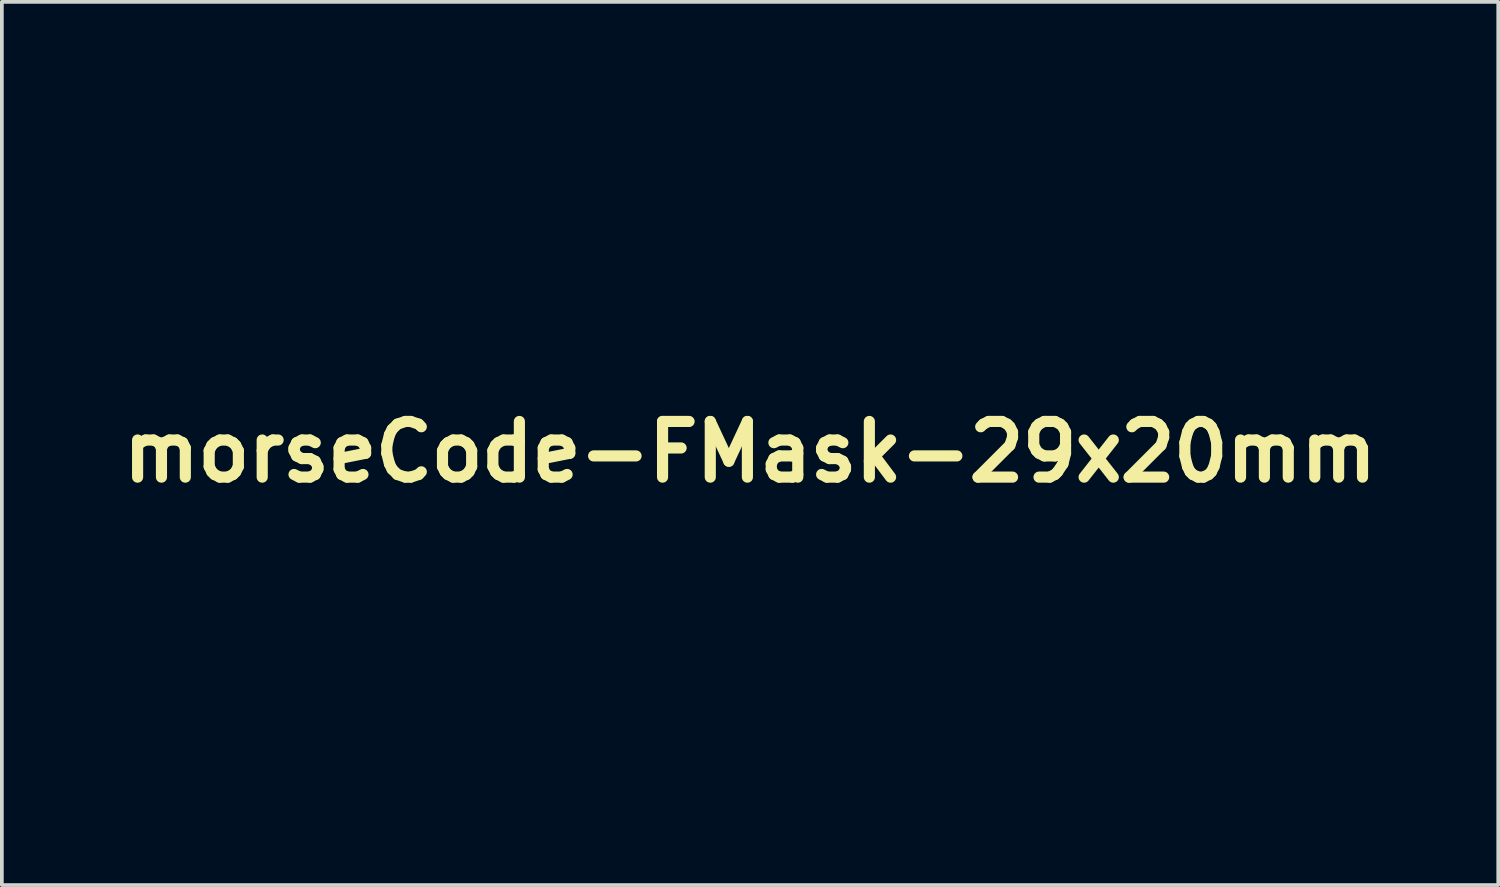
<source format=kicad_pcb>
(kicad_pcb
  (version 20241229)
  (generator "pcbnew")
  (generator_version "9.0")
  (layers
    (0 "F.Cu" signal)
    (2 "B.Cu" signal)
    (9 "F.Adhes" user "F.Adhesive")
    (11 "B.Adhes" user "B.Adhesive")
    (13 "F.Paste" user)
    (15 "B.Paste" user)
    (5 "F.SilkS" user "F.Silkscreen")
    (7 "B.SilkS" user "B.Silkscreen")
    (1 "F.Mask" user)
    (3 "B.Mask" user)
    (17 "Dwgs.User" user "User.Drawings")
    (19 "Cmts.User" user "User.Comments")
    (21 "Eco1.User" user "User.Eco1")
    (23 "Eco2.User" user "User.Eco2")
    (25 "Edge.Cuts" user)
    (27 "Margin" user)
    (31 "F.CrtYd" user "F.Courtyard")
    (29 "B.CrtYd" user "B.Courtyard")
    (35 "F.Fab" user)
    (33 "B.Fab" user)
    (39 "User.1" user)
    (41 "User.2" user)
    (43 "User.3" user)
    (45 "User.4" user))
  (footprint "morseCode-FMask-29x20mm"
    (layer "F.Cu")
    (at 17.157 9.126)
    (property "Reference" "morseCode-FMask-29x20mm" (at 0 0 0) (layer "F.SilkS") (effects (font (size 1.5 1.5) (thickness 0.3))))
    (attr board_only exclude_from_pos_files exclude_from_bom)
    (fp_poly (pts (xy -10.581 3.24) (xy -10.058 3.251) (xy -10.061 3.422) (xy -10.064 3.593) (xy -10.583 3.604) (xy -11.103 3.614) (xy -11.103 3.422) (xy -11.103 3.23)) (stroke (width 0) (type solid)) (fill yes) (layer "F.Mask"))
    (fp_poly (pts (xy -10.457 -6.35) (xy -10.457 -6.16) (xy -10.97 -6.16) (xy -11.483 -6.16) (xy -11.483 -6.35) (xy -11.483 -6.54) (xy -10.97 -6.54) (xy -10.457 -6.54)) (stroke (width 0) (type solid)) (fill yes) (layer "F.Mask"))
    (fp_poly (pts (xy -10.457 -2.453) (xy -10.457 -2.281) (xy -10.97 -2.281) (xy -11.483 -2.281) (xy -11.483 -2.453) (xy -11.483 -2.624) (xy -10.97 -2.624) (xy -10.457 -2.624)) (stroke (width 0) (type solid)) (fill yes) (layer "F.Mask"))
    (fp_poly (pts (xy -10.19 -4.392) (xy -10.19 -4.221) (xy -10.704 -4.221) (xy -11.217 -4.221) (xy -11.217 -4.392) (xy -11.217 -4.563) (xy -10.704 -4.563) (xy -10.19 -4.563)) (stroke (width 0) (type solid)) (fill yes) (layer "F.Mask"))
    (fp_poly (pts (xy -9.354 -8.308) (xy -9.354 -8.137) (xy -9.867 -8.137) (xy -10.381 -8.137) (xy -10.381 -8.308) (xy -10.381 -8.479) (xy -9.867 -8.479) (xy -9.354 -8.479)) (stroke (width 0) (type solid)) (fill yes) (layer "F.Mask"))
    (fp_poly (pts (xy -8.631 3.422) (xy -8.631 3.612) (xy -9.164 3.612) (xy -9.696 3.612) (xy -9.696 3.422) (xy -9.696 3.232) (xy -9.164 3.232) (xy -8.631 3.232)) (stroke (width 0) (type solid)) (fill yes) (layer "F.Mask"))
    (fp_poly (pts (xy -7.377 1.464) (xy -7.377 1.635) (xy -7.909 1.635) (xy -8.441 1.635) (xy -8.441 1.464) (xy -8.441 1.293) (xy -7.909 1.293) (xy -7.377 1.293)) (stroke (width 0) (type solid)) (fill yes) (layer "F.Mask"))
    (fp_poly (pts (xy -7.263 -4.392) (xy -7.263 -4.221) (xy -7.776 -4.221) (xy -8.289 -4.221) (xy -8.289 -4.392) (xy -8.289 -4.563) (xy -7.776 -4.563) (xy -7.263 -4.563)) (stroke (width 0) (type solid)) (fill yes) (layer "F.Mask"))
    (fp_poly (pts (xy -1.306 -2.387) (xy -0.787 -2.376) (xy -0.787 -2.205) (xy -0.787 -2.034) (xy -1.306 -2.024) (xy -1.825 -2.013) (xy -1.825 -2.205) (xy -1.825 -2.398)) (stroke (width 0) (type solid)) (fill yes) (layer "F.Mask"))
    (fp_poly (pts (xy -1.302 5.75) (xy -0.779 5.761) (xy -0.779 5.932) (xy -0.779 6.103) (xy -1.302 6.113) (xy -1.825 6.124) (xy -1.825 5.932) (xy -1.825 5.739)) (stroke (width 0) (type solid)) (fill yes) (layer "F.Mask"))
    (fp_poly (pts (xy -0.775 -6.283) (xy -0.779 -6.103) (xy -1.302 -6.092) (xy -1.825 -6.082) (xy -1.825 -6.273) (xy -1.825 -6.464) (xy -1.298 -6.464) (xy -0.771 -6.464)) (stroke (width 0) (type solid)) (fill yes) (layer "F.Mask"))
    (fp_poly (pts (xy -0.494 -0.171) (xy -0.494 0) (xy -1.027 0) (xy -1.559 0) (xy -1.559 -0.171) (xy -1.559 -0.342) (xy -1.027 -0.342) (xy -0.494 -0.342)) (stroke (width 0) (type solid)) (fill yes) (layer "F.Mask"))
    (fp_poly (pts (xy -0.38 1.882) (xy -0.38 2.053) (xy -0.913 2.053) (xy -1.445 2.053) (xy -1.445 1.882) (xy -1.445 1.711) (xy -0.913 1.711) (xy -0.38 1.711)) (stroke (width 0) (type solid)) (fill yes) (layer "F.Mask"))
    (fp_poly (pts (xy -0.038 -8.308) (xy -0.038 -8.137) (xy -0.551 -8.137) (xy -1.065 -8.137) (xy -1.065 -8.308) (xy -1.065 -8.479) (xy -0.551 -8.479) (xy -0.038 -8.479)) (stroke (width 0) (type solid)) (fill yes) (layer "F.Mask"))
    (fp_poly (pts (xy 0.304 3.916) (xy 0.304 4.107) (xy -0.209 4.107) (xy -0.722 4.107) (xy -0.722 3.916) (xy -0.722 3.726) (xy -0.209 3.726) (xy 0.304 3.726)) (stroke (width 0) (type solid)) (fill yes) (layer "F.Mask"))
    (fp_poly (pts (xy 0.57 -4.24) (xy 0.57 -4.069) (xy 0.057 -4.069) (xy -0.456 -4.069) (xy -0.456 -4.24) (xy -0.456 -4.411) (xy 0.057 -4.411) (xy 0.57 -4.411)) (stroke (width 0) (type solid)) (fill yes) (layer "F.Mask"))
    (fp_poly (pts (xy 0.639 -2.196) (xy 0.651 -2.015) (xy 0.114 -2.015) (xy -0.422 -2.015) (xy -0.411 -2.196) (xy -0.399 -2.376) (xy 0.114 -2.376) (xy 0.627 -2.376)) (stroke (width 0) (type solid)) (fill yes) (layer "F.Mask"))
    (fp_poly (pts (xy 0.639 5.941) (xy 0.651 6.122) (xy 0.114 6.122) (xy -0.422 6.122) (xy -0.411 5.941) (xy -0.399 5.761) (xy 0.114 5.761) (xy 0.627 5.761)) (stroke (width 0) (type solid)) (fill yes) (layer "F.Mask"))
    (fp_poly (pts (xy 0.722 7.984) (xy 0.722 8.175) (xy 0.188 8.175) (xy -0.346 8.175) (xy -0.335 7.995) (xy -0.323 7.814) (xy 0.2 7.803) (xy 0.722 7.793)) (stroke (width 0) (type solid)) (fill yes) (layer "F.Mask"))
    (fp_poly (pts (xy 1.027 1.882) (xy 1.027 2.053) (xy 0.513 2.053) (xy 0 2.053) (xy 0 1.882) (xy 0 1.711) (xy 0.513 1.711) (xy 1.027 1.711)) (stroke (width 0) (type solid)) (fill yes) (layer "F.Mask"))
    (fp_poly (pts (xy 1.407 -8.308) (xy 1.407 -8.137) (xy 0.875 -8.137) (xy 0.342 -8.137) (xy 0.342 -8.308) (xy 0.342 -8.479) (xy 0.875 -8.479) (xy 1.407 -8.479)) (stroke (width 0) (type solid)) (fill yes) (layer "F.Mask"))
    (fp_poly (pts (xy 2.472 1.882) (xy 2.472 2.053) (xy 1.958 2.053) (xy 1.445 2.053) (xy 1.445 1.882) (xy 1.445 1.711) (xy 1.958 1.711) (xy 2.472 1.711)) (stroke (width 0) (type solid)) (fill yes) (layer "F.Mask"))
    (fp_poly (pts (xy 2.814 -8.308) (xy 2.814 -8.137) (xy 2.3 -8.137) (xy 1.787 -8.137) (xy 1.787 -8.308) (xy 1.787 -8.479) (xy 2.3 -8.479) (xy 2.814 -8.479)) (stroke (width 0) (type solid)) (fill yes) (layer "F.Mask"))
    (fp_poly (pts (xy 7.902 3.907) (xy 7.89 4.088) (xy 7.386 4.098) (xy 6.882 4.109) (xy 6.882 3.918) (xy 6.882 3.726) (xy 7.398 3.726) (xy 7.913 3.726)) (stroke (width 0) (type solid)) (fill yes) (layer "F.Mask"))
    (fp_poly (pts (xy 8.289 5.932) (xy 8.289 6.122) (xy 7.776 6.122) (xy 7.263 6.122) (xy 7.263 5.932) (xy 7.263 5.742) (xy 7.776 5.742) (xy 8.289 5.742)) (stroke (width 0) (type solid)) (fill yes) (layer "F.Mask"))
    (fp_poly (pts (xy 8.479 1.882) (xy 8.479 2.053) (xy 7.947 2.053) (xy 7.415 2.053) (xy 7.415 1.882) (xy 7.415 1.711) (xy 7.947 1.711) (xy 8.479 1.711)) (stroke (width 0) (type solid)) (fill yes) (layer "F.Mask"))
    (fp_poly (pts (xy 9.727 5.941) (xy 9.738 6.122) (xy 9.202 6.122) (xy 8.665 6.122) (xy 8.677 5.941) (xy 8.688 5.761) (xy 9.202 5.761) (xy 9.715 5.761)) (stroke (width 0) (type solid)) (fill yes) (layer "F.Mask"))
    (fp_poly (pts (xy 10.533 -0.171) (xy 10.533 0) (xy 10 0) (xy 9.468 0) (xy 9.468 -0.171) (xy 9.468 -0.342) (xy 10 -0.342) (xy 10.533 -0.342)) (stroke (width 0) (type solid)) (fill yes) (layer "F.Mask"))
    (fp_poly (pts (xy 11.559 -4.24) (xy 11.559 -4.069) (xy 11.046 -4.069) (xy 10.533 -4.069) (xy 10.533 -4.24) (xy 10.533 -4.411) (xy 11.046 -4.411) (xy 11.559 -4.411)) (stroke (width 0) (type solid)) (fill yes) (layer "F.Mask"))
    (fp_poly (pts (xy 11.94 -0.171) (xy 11.94 0) (xy 11.407 0) (xy 10.875 0) (xy 10.875 -0.171) (xy 10.875 -0.342) (xy 11.407 -0.342) (xy 11.94 -0.342)) (stroke (width 0) (type solid)) (fill yes) (layer "F.Mask"))
    (fp_poly (pts (xy 12.272 -2.387) (xy 12.795 -2.376) (xy 12.795 -2.205) (xy 12.795 -2.034) (xy 12.272 -2.024) (xy 11.749 -2.013) (xy 11.749 -2.205) (xy 11.749 -2.398)) (stroke (width 0) (type solid)) (fill yes) (layer "F.Mask"))
    (fp_poly (pts (xy 12.89 1.882) (xy 12.89 2.053) (xy 12.377 2.053) (xy 11.863 2.053) (xy 11.863 1.882) (xy 11.863 1.711) (xy 12.377 1.711) (xy 12.89 1.711)) (stroke (width 0) (type solid)) (fill yes) (layer "F.Mask"))
    (fp_poly (pts (xy 1.742 3.907) (xy 1.73 4.088) (xy 1.234 4.098) (xy 1.046 4.1) (xy 0.887 4.098) (xy 0.771 4.093) (xy 0.714 4.084) (xy 0.711 4.082) (xy 0.695 4.031) (xy 0.685 3.934) (xy 0.684 3.891) (xy 0.684 3.726) (xy 1.219 3.726) (xy 1.753 3.726)) (stroke (width 0) (type solid)) (fill yes) (layer "F.Mask"))
    (fp_poly (pts (xy 2.16 -6.283) (xy 2.148 -6.103) (xy 1.652 -6.092) (xy 1.465 -6.09) (xy 1.306 -6.092) (xy 1.19 -6.098) (xy 1.132 -6.106) (xy 1.129 -6.108) (xy 1.113 -6.159) (xy 1.104 -6.257) (xy 1.103 -6.299) (xy 1.103 -6.464) (xy 1.637 -6.464) (xy 2.172 -6.464)) (stroke (width 0) (type solid)) (fill yes) (layer "F.Mask"))
    (fp_poly (pts (xy 8.32 -6.283) (xy 8.308 -6.103) (xy 7.812 -6.092) (xy 7.625 -6.09) (xy 7.466 -6.092) (xy 7.35 -6.098) (xy 7.292 -6.106) (xy 7.289 -6.108) (xy 7.273 -6.159) (xy 7.263 -6.257) (xy 7.263 -6.299) (xy 7.263 -6.464) (xy 7.797 -6.464) (xy 8.331 -6.464)) (stroke (width 0) (type solid)) (fill yes) (layer "F.Mask"))
    (fp_poly (pts (xy 10.799 3.916) (xy 10.799 4.107) (xy 10.311 4.107) (xy 10.125 4.105) (xy 9.968 4.1) (xy 9.855 4.092) (xy 9.8 4.083) (xy 9.798 4.081) (xy 9.782 4.031) (xy 9.773 3.934) (xy 9.772 3.891) (xy 9.772 3.726) (xy 10.285 3.726) (xy 10.799 3.726)) (stroke (width 0) (type solid)) (fill yes) (layer "F.Mask"))
    (fp_poly (pts (xy 11.702 3.735) (xy 12.225 3.745) (xy 12.225 3.916) (xy 12.225 4.088) (xy 11.728 4.098) (xy 11.541 4.1) (xy 11.382 4.098) (xy 11.266 4.093) (xy 11.208 4.084) (xy 11.205 4.082) (xy 11.189 4.031) (xy 11.18 3.933) (xy 11.179 3.89) (xy 11.179 3.724)) (stroke (width 0) (type solid)) (fill yes) (layer "F.Mask"))
    (fp_poly (pts (xy -11.131 -8.676) (xy -10.993 -8.591) (xy -10.899 -8.467) (xy -10.854 -8.318) (xy -10.863 -8.159) (xy -10.93 -8.005) (xy -11.032 -7.891) (xy -11.176 -7.816) (xy -11.345 -7.796) (xy -11.511 -7.832) (xy -11.566 -7.86) (xy -11.691 -7.978) (xy -11.755 -8.138) (xy -11.765 -8.27) (xy -11.729 -8.454) (xy -11.634 -8.592) (xy -11.487 -8.679) (xy -11.308 -8.707)) (stroke (width 0) (type solid)) (fill yes) (layer "F.Mask"))
    (fp_poly (pts (xy -8.99 -4.75) (xy -8.897 -4.682) (xy -8.787 -4.531) (xy -8.75 -4.363) (xy -8.762 -4.249) (xy -8.827 -4.086) (xy -8.941 -3.965) (xy -9.086 -3.893) (xy -9.246 -3.874) (xy -9.405 -3.914) (xy -9.507 -3.983) (xy -9.616 -4.129) (xy -9.665 -4.306) (xy -9.651 -4.474) (xy -9.578 -4.619) (xy -9.456 -4.724) (xy -9.305 -4.785) (xy -9.143 -4.795)) (stroke (width 0) (type solid)) (fill yes) (layer "F.Mask"))
    (fp_poly (pts (xy -13.051 7.272) (xy -13.055 7.529) (xy -13.061 7.72) (xy -13.068 7.854) (xy -13.079 7.941) (xy -13.093 7.99) (xy -13.111 8.011) (xy -13.12 8.014) (xy -13.188 8.01) (xy -13.206 7.999) (xy -13.214 7.954) (xy -13.221 7.846) (xy -13.227 7.686) (xy -13.231 7.487) (xy -13.232 7.261) (xy -13.232 7.256) (xy -13.232 6.54) (xy -13.136 6.54) (xy -13.041 6.54)) (stroke (width 0) (type solid)) (fill yes) (layer "F.Mask"))
    (fp_poly (pts (xy -11.627 6.963) (xy -11.474 7.064) (xy -11.471 7.067) (xy -11.374 7.212) (xy -11.339 7.375) (xy -11.363 7.54) (xy -11.442 7.686) (xy -11.573 7.795) (xy -11.616 7.816) (xy -11.754 7.861) (xy -11.872 7.86) (xy -12.003 7.815) (xy -12.145 7.716) (xy -12.231 7.567) (xy -12.256 7.396) (xy -12.225 7.208) (xy -12.133 7.065) (xy -11.986 6.97) (xy -11.802 6.931)) (stroke (width 0) (type solid)) (fill yes) (layer "F.Mask"))
    (fp_poly (pts (xy -10.756 1.076) (xy -10.61 1.145) (xy -10.499 1.264) (xy -10.436 1.425) (xy -10.43 1.593) (xy -10.481 1.77) (xy -10.588 1.895) (xy -10.743 1.964) (xy -10.867 1.977) (xy -11.001 1.964) (xy -11.11 1.931) (xy -11.133 1.918) (xy -11.249 1.796) (xy -11.313 1.644) (xy -11.325 1.479) (xy -11.286 1.321) (xy -11.196 1.189) (xy -11.104 1.122) (xy -10.925 1.066)) (stroke (width 0) (type solid)) (fill yes) (layer "F.Mask"))
    (fp_poly (pts (xy -10.213 6.935) (xy -10.097 6.979) (xy -9.96 7.084) (xy -9.876 7.233) (xy -9.855 7.412) (xy -9.858 7.45) (xy -9.91 7.624) (xy -10.018 7.75) (xy -10.142 7.819) (xy -10.278 7.863) (xy -10.396 7.858) (xy -10.525 7.807) (xy -10.66 7.701) (xy -10.739 7.545) (xy -10.761 7.368) (xy -10.732 7.189) (xy -10.644 7.057) (xy -10.51 6.973) (xy -10.353 6.927)) (stroke (width 0) (type solid)) (fill yes) (layer "F.Mask"))
    (fp_poly (pts (xy -1.136 7.578) (xy -0.99 7.648) (xy -0.879 7.767) (xy -0.816 7.927) (xy -0.81 8.095) (xy -0.861 8.272) (xy -0.966 8.396) (xy -1.122 8.466) (xy -1.255 8.479) (xy -1.39 8.469) (xy -1.489 8.43) (xy -1.562 8.374) (xy -1.661 8.24) (xy -1.705 8.08) (xy -1.696 7.915) (xy -1.634 7.765) (xy -1.524 7.648) (xy -1.484 7.624) (xy -1.305 7.568)) (stroke (width 0) (type solid)) (fill yes) (layer "F.Mask"))
    (fp_poly (pts (xy 0.678 -0.519) (xy 0.806 -0.416) (xy 0.884 -0.266) (xy 0.903 -0.077) (xy 0.902 -0.059) (xy 0.855 0.124) (xy 0.756 0.252) (xy 0.605 0.325) (xy 0.456 0.342) (xy 0.321 0.332) (xy 0.223 0.293) (xy 0.148 0.235) (xy 0.048 0.102) (xy 0.004 -0.054) (xy 0.014 -0.215) (xy 0.072 -0.364) (xy 0.176 -0.481) (xy 0.315 -0.549) (xy 0.511 -0.566)) (stroke (width 0) (type solid)) (fill yes) (layer "F.Mask"))
    (fp_poly (pts (xy 1.71 -4.611) (xy 1.855 -4.53) (xy 1.944 -4.398) (xy 1.977 -4.215) (xy 1.977 -4.202) (xy 1.952 -4.016) (xy 1.873 -3.878) (xy 1.779 -3.803) (xy 1.603 -3.736) (xy 1.42 -3.745) (xy 1.305 -3.788) (xy 1.177 -3.89) (xy 1.097 -4.035) (xy 1.071 -4.202) (xy 1.104 -4.371) (xy 1.121 -4.41) (xy 1.226 -4.548) (xy 1.37 -4.622) (xy 1.512 -4.639)) (stroke (width 0) (type solid)) (fill yes) (layer "F.Mask"))
    (fp_poly (pts (xy 9.024 3.544) (xy 9.152 3.625) (xy 9.247 3.743) (xy 9.302 3.884) (xy 9.31 4.035) (xy 9.263 4.184) (xy 9.156 4.317) (xy 9.125 4.342) (xy 8.972 4.414) (xy 8.799 4.432) (xy 8.649 4.397) (xy 8.508 4.295) (xy 8.423 4.143) (xy 8.397 3.964) (xy 8.426 3.781) (xy 8.515 3.644) (xy 8.667 3.55) (xy 8.694 3.54) (xy 8.869 3.511)) (stroke (width 0) (type solid)) (fill yes) (layer "F.Mask"))
    (fp_poly (pts (xy 9.813 -4.606) (xy 9.949 -4.514) (xy 10.038 -4.375) (xy 10.071 -4.203) (xy 10.061 -4.094) (xy 9.997 -3.942) (xy 9.882 -3.826) (xy 9.733 -3.755) (xy 9.568 -3.735) (xy 9.407 -3.775) (xy 9.366 -3.798) (xy 9.234 -3.912) (xy 9.166 -4.057) (xy 9.15 -4.185) (xy 9.176 -4.37) (xy 9.262 -4.509) (xy 9.403 -4.6) (xy 9.597 -4.638) (xy 9.64 -4.639)) (stroke (width 0) (type solid)) (fill yes) (layer "F.Mask"))
    (fp_poly (pts (xy -7.909 -6.749) (xy -7.749 -6.689) (xy -7.631 -6.579) (xy -7.558 -6.437) (xy -7.536 -6.279) (xy -7.568 -6.122) (xy -7.657 -5.981) (xy -7.719 -5.926) (xy -7.839 -5.865) (xy -7.976 -5.833) (xy -8.092 -5.839) (xy -8.099 -5.841) (xy -8.276 -5.929) (xy -8.386 -6.049) (xy -8.436 -6.209) (xy -8.441 -6.293) (xy -8.409 -6.478) (xy -8.318 -6.624) (xy -8.181 -6.72) (xy -8.009 -6.757)) (stroke (width 0) (type solid)) (fill yes) (layer "F.Mask"))
    (fp_poly (pts (xy -1.444 3.554) (xy -1.315 3.649) (xy -1.227 3.783) (xy -1.19 3.944) (xy -1.217 4.121) (xy -1.23 4.156) (xy -1.329 4.302) (xy -1.472 4.397) (xy -1.64 4.436) (xy -1.815 4.409) (xy -1.851 4.395) (xy -1.983 4.297) (xy -2.062 4.148) (xy -2.085 3.959) (xy -2.082 3.91) (xy -2.043 3.737) (xy -1.959 3.619) (xy -1.818 3.542) (xy -1.784 3.531) (xy -1.604 3.511)) (stroke (width 0) (type solid)) (fill yes) (layer "F.Mask"))
    (fp_poly (pts (xy 3.574 5.931) (xy 3.574 6.122) (xy 3.062 6.122) (xy 2.856 6.121) (xy 2.713 6.119) (xy 2.622 6.112) (xy 2.569 6.098) (xy 2.543 6.076) (xy 2.53 6.044) (xy 2.526 6.031) (xy 2.513 5.919) (xy 2.516 5.85) (xy 2.523 5.814) (xy 2.542 5.789) (xy 2.584 5.773) (xy 2.662 5.763) (xy 2.787 5.756) (xy 2.972 5.752) (xy 3.051 5.75) (xy 3.574 5.739)) (stroke (width 0) (type solid)) (fill yes) (layer "F.Mask"))
    (fp_poly (pts (xy 8.296 -4.608) (xy 8.431 -4.518) (xy 8.517 -4.372) (xy 8.546 -4.232) (xy 8.552 -4.111) (xy 8.534 -4.028) (xy 8.48 -3.948) (xy 8.435 -3.898) (xy 8.285 -3.782) (xy 8.116 -3.732) (xy 7.945 -3.751) (xy 7.845 -3.798) (xy 7.723 -3.898) (xy 7.66 -4.019) (xy 7.643 -4.178) (xy 7.671 -4.373) (xy 7.754 -4.514) (xy 7.891 -4.603) (xy 8.082 -4.638) (xy 8.114 -4.639)) (stroke (width 0) (type solid)) (fill yes) (layer "F.Mask"))
    (fp_poly (pts (xy 9.06 -8.692) (xy 9.161 -8.652) (xy 9.259 -8.568) (xy 9.341 -8.44) (xy 9.387 -8.303) (xy 9.392 -8.254) (xy 9.359 -8.085) (xy 9.27 -7.947) (xy 9.142 -7.849) (xy 8.99 -7.797) (xy 8.829 -7.799) (xy 8.675 -7.863) (xy 8.635 -7.892) (xy 8.52 -8.029) (xy 8.468 -8.179) (xy 8.473 -8.329) (xy 8.525 -8.469) (xy 8.619 -8.586) (xy 8.744 -8.671) (xy 8.894 -8.71)) (stroke (width 0) (type solid)) (fill yes) (layer "F.Mask"))
    (fp_poly (pts (xy 9.496 1.469) (xy 9.643 1.523) (xy 9.764 1.627) (xy 9.839 1.766) (xy 9.864 1.94) (xy 9.831 2.108) (xy 9.745 2.246) (xy 9.709 2.279) (xy 9.58 2.341) (xy 9.418 2.362) (xy 9.256 2.343) (xy 9.124 2.285) (xy 9.107 2.272) (xy 9.013 2.145) (xy 8.966 1.981) (xy 8.972 1.807) (xy 8.986 1.757) (xy 9.07 1.609) (xy 9.193 1.512) (xy 9.341 1.465)) (stroke (width 0) (type solid)) (fill yes) (layer "F.Mask"))
    (fp_poly (pts (xy 9.502 -2.556) (xy 9.643 -2.47) (xy 9.732 -2.329) (xy 9.761 -2.201) (xy 9.75 -2.014) (xy 9.68 -1.858) (xy 9.565 -1.744) (xy 9.416 -1.68) (xy 9.248 -1.675) (xy 9.079 -1.733) (xy 8.958 -1.839) (xy 8.883 -1.997) (xy 8.86 -2.169) (xy 8.872 -2.285) (xy 8.919 -2.378) (xy 8.989 -2.456) (xy 9.08 -2.536) (xy 9.165 -2.575) (xy 9.281 -2.585) (xy 9.311 -2.586)) (stroke (width 0) (type solid)) (fill yes) (layer "F.Mask"))
    (fp_poly (pts (xy 10.871 5.581) (xy 11.012 5.667) (xy 11.101 5.808) (xy 11.13 5.936) (xy 11.119 6.124) (xy 11.049 6.279) (xy 10.934 6.393) (xy 10.785 6.457) (xy 10.616 6.462) (xy 10.448 6.405) (xy 10.327 6.298) (xy 10.252 6.14) (xy 10.228 5.968) (xy 10.24 5.852) (xy 10.287 5.759) (xy 10.358 5.681) (xy 10.449 5.601) (xy 10.534 5.563) (xy 10.65 5.552) (xy 10.68 5.551)) (stroke (width 0) (type solid)) (fill yes) (layer "F.Mask"))
    (fp_poly (pts (xy 11.099 1.498) (xy 11.228 1.588) (xy 11.319 1.715) (xy 11.362 1.865) (xy 11.351 2.026) (xy 11.276 2.185) (xy 11.244 2.226) (xy 11.125 2.313) (xy 10.965 2.36) (xy 10.792 2.361) (xy 10.735 2.35) (xy 10.59 2.278) (xy 10.498 2.151) (xy 10.458 1.97) (xy 10.457 1.92) (xy 10.482 1.731) (xy 10.56 1.593) (xy 10.696 1.501) (xy 10.759 1.479) (xy 10.94 1.458)) (stroke (width 0) (type solid)) (fill yes) (layer "F.Mask"))
    (fp_poly (pts (xy -10.599 -0.862) (xy -10.493 -0.82) (xy -10.405 -0.735) (xy -10.369 -0.685) (xy -10.322 -0.568) (xy -10.306 -0.417) (xy -10.321 -0.269) (xy -10.364 -0.16) (xy -10.492 -0.04) (xy -10.654 0.023) (xy -10.834 0.024) (xy -10.977 -0.023) (xy -11.104 -0.124) (xy -11.182 -0.266) (xy -11.21 -0.428) (xy -11.184 -0.591) (xy -11.102 -0.734) (xy -11.067 -0.77) (xy -10.977 -0.836) (xy -10.881 -0.867) (xy -10.751 -0.873)) (stroke (width 0) (type solid)) (fill yes) (layer "F.Mask"))
    (fp_poly (pts (xy -9.419 -6.754) (xy -9.291 -6.706) (xy -9.156 -6.605) (xy -9.075 -6.469) (xy -9.047 -6.314) (xy -9.072 -6.157) (xy -9.149 -6.014) (xy -9.277 -5.902) (xy -9.34 -5.87) (xy -9.456 -5.829) (xy -9.546 -5.825) (xy -9.65 -5.859) (xy -9.677 -5.871) (xy -9.83 -5.971) (xy -9.922 -6.112) (xy -9.952 -6.238) (xy -9.944 -6.422) (xy -9.872 -6.578) (xy -9.745 -6.693) (xy -9.714 -6.709) (xy -9.561 -6.761)) (stroke (width 0) (type solid)) (fill yes) (layer "F.Mask"))
    (fp_poly (pts (xy 2.785 3.519) (xy 2.942 3.593) (xy 3.01 3.65) (xy 3.076 3.729) (xy 3.108 3.813) (xy 3.118 3.935) (xy 3.118 3.962) (xy 3.098 4.148) (xy 3.033 4.281) (xy 2.915 4.373) (xy 2.867 4.396) (xy 2.729 4.44) (xy 2.609 4.437) (xy 2.484 4.393) (xy 2.342 4.293) (xy 2.256 4.145) (xy 2.231 3.974) (xy 2.263 3.793) (xy 2.349 3.652) (xy 2.474 3.555) (xy 2.624 3.509)) (stroke (width 0) (type solid)) (fill yes) (layer "F.Mask"))
    (fp_poly (pts (xy 10.962 -2.572) (xy 11.09 -2.526) (xy 11.114 -2.509) (xy 11.213 -2.389) (xy 11.272 -2.229) (xy 11.281 -2.062) (xy 11.277 -2.038) (xy 11.214 -1.887) (xy 11.098 -1.772) (xy 10.949 -1.702) (xy 10.784 -1.683) (xy 10.623 -1.723) (xy 10.579 -1.747) (xy 10.458 -1.864) (xy 10.391 -2.016) (xy 10.377 -2.184) (xy 10.418 -2.349) (xy 10.515 -2.49) (xy 10.547 -2.518) (xy 10.659 -2.569) (xy 10.807 -2.587)) (stroke (width 0) (type solid)) (fill yes) (layer "F.Mask"))
    (fp_poly (pts (xy -9.297 -2.801) (xy -9.165 -2.7) (xy -9.079 -2.548) (xy -9.05 -2.363) (xy -9.061 -2.245) (xy -9.104 -2.153) (xy -9.179 -2.069) (xy -9.27 -1.988) (xy -9.355 -1.95) (xy -9.471 -1.939) (xy -9.502 -1.939) (xy -9.637 -1.948) (xy -9.734 -1.985) (xy -9.814 -2.046) (xy -9.895 -2.135) (xy -9.936 -2.236) (xy -9.95 -2.341) (xy -9.939 -2.536) (xy -9.868 -2.686) (xy -9.738 -2.788) (xy -9.66 -2.818) (xy -9.466 -2.843)) (stroke (width 0) (type solid)) (fill yes) (layer "F.Mask"))
    (fp_poly (pts (xy -7.803 -2.803) (xy -7.665 -2.711) (xy -7.57 -2.573) (xy -7.544 -2.487) (xy -7.539 -2.301) (xy -7.603 -2.141) (xy -7.68 -2.048) (xy -7.765 -1.978) (xy -7.856 -1.947) (xy -7.973 -1.942) (xy -8.1 -1.951) (xy -8.208 -1.973) (xy -8.238 -1.984) (xy -8.344 -2.075) (xy -8.413 -2.216) (xy -8.436 -2.388) (xy -8.432 -2.448) (xy -8.391 -2.619) (xy -8.304 -2.735) (xy -8.162 -2.812) (xy -8.149 -2.816) (xy -7.97 -2.841)) (stroke (width 0) (type solid)) (fill yes) (layer "F.Mask"))
    (fp_poly (pts (xy -6.418 -6.755) (xy -6.297 -6.711) (xy -6.158 -6.609) (xy -6.075 -6.471) (xy -6.045 -6.315) (xy -6.069 -6.157) (xy -6.146 -6.014) (xy -6.274 -5.901) (xy -6.336 -5.87) (xy -6.433 -5.835) (xy -6.514 -5.826) (xy -6.619 -5.84) (xy -6.643 -5.844) (xy -6.718 -5.882) (xy -6.809 -5.958) (xy -6.842 -5.993) (xy -6.933 -6.145) (xy -6.961 -6.311) (xy -6.931 -6.473) (xy -6.844 -6.613) (xy -6.717 -6.706) (xy -6.56 -6.76)) (stroke (width 0) (type solid)) (fill yes) (layer "F.Mask"))
    (fp_poly (pts (xy -6.176 -4.783) (xy -6.087 -4.749) (xy -5.995 -4.672) (xy -5.98 -4.657) (xy -5.904 -4.574) (xy -5.866 -4.506) (xy -5.857 -4.419) (xy -5.864 -4.312) (xy -5.902 -4.124) (xy -5.984 -3.994) (xy -6.115 -3.918) (xy -6.261 -3.892) (xy -6.441 -3.899) (xy -6.549 -3.936) (xy -6.672 -4.046) (xy -6.746 -4.196) (xy -6.764 -4.368) (xy -6.723 -4.539) (xy -6.711 -4.562) (xy -6.613 -4.695) (xy -6.479 -4.769) (xy -6.3 -4.791)) (stroke (width 0) (type solid)) (fill yes) (layer "F.Mask"))
    (fp_poly (pts (xy 7.619 -8.676) (xy 7.761 -8.585) (xy 7.852 -8.441) (xy 7.886 -8.251) (xy 7.886 -8.22) (xy 7.874 -8.103) (xy 7.834 -8.016) (xy 7.748 -7.925) (xy 7.744 -7.922) (xy 7.639 -7.839) (xy 7.54 -7.802) (xy 7.434 -7.795) (xy 7.308 -7.806) (xy 7.209 -7.851) (xy 7.128 -7.918) (xy 7.017 -8.064) (xy 6.971 -8.223) (xy 6.984 -8.38) (xy 7.051 -8.521) (xy 7.166 -8.631) (xy 7.323 -8.696) (xy 7.434 -8.707)) (stroke (width 0) (type solid)) (fill yes) (layer "F.Mask"))
    (fp_poly (pts (xy 7.957 -2.579) (xy 8.044 -2.552) (xy 8.122 -2.492) (xy 8.138 -2.476) (xy 8.242 -2.33) (xy 8.282 -2.175) (xy 8.267 -2.023) (xy 8.205 -1.886) (xy 8.105 -1.774) (xy 7.975 -1.7) (xy 7.824 -1.673) (xy 7.661 -1.706) (xy 7.579 -1.747) (xy 7.461 -1.841) (xy 7.398 -1.955) (xy 7.377 -2.113) (xy 7.377 -2.137) (xy 7.405 -2.328) (xy 7.489 -2.467) (xy 7.627 -2.553) (xy 7.818 -2.584) (xy 7.826 -2.584)) (stroke (width 0) (type solid)) (fill yes) (layer "F.Mask"))
    (fp_poly (pts (xy 12.299 5.559) (xy 12.387 5.59) (xy 12.474 5.661) (xy 12.495 5.681) (xy 12.58 5.782) (xy 12.618 5.878) (xy 12.624 5.963) (xy 12.604 6.151) (xy 12.54 6.288) (xy 12.425 6.388) (xy 12.251 6.453) (xy 12.069 6.451) (xy 11.917 6.392) (xy 11.798 6.279) (xy 11.73 6.129) (xy 11.716 5.962) (xy 11.757 5.8) (xy 11.855 5.663) (xy 11.862 5.656) (xy 11.955 5.588) (xy 12.056 5.558) (xy 12.172 5.551)) (stroke (width 0) (type solid)) (fill yes) (layer "F.Mask"))
    (fp_poly (pts (xy -10.752 5.011) (xy -10.604 5.098) (xy -10.507 5.238) (xy -10.491 5.284) (xy -10.466 5.477) (xy -10.508 5.646) (xy -10.608 5.778) (xy -10.76 5.864) (xy -10.945 5.894) (xy -11.064 5.883) (xy -11.155 5.84) (xy -11.24 5.764) (xy -11.319 5.675) (xy -11.357 5.592) (xy -11.369 5.479) (xy -11.369 5.437) (xy -11.362 5.31) (xy -11.333 5.222) (xy -11.267 5.138) (xy -11.24 5.11) (xy -11.142 5.026) (xy -11.049 4.989) (xy -10.945 4.981)) (stroke (width 0) (type solid)) (fill yes) (layer "F.Mask"))
    (fp_poly (pts (xy -9.279 5.012) (xy -9.127 5.098) (xy -9.022 5.225) (xy -8.974 5.383) (xy -8.988 5.557) (xy -9.03 5.665) (xy -9.13 5.799) (xy -9.267 5.873) (xy -9.438 5.894) (xy -9.573 5.882) (xy -9.674 5.838) (xy -9.739 5.786) (xy -9.813 5.708) (xy -9.854 5.623) (xy -9.874 5.5) (xy -9.878 5.464) (xy -9.885 5.338) (xy -9.872 5.256) (xy -9.831 5.188) (xy -9.762 5.115) (xy -9.662 5.029) (xy -9.57 4.989) (xy -9.47 4.981)) (stroke (width 0) (type solid)) (fill yes) (layer "F.Mask"))
    (fp_poly (pts (xy -7.522 3.044) (xy -7.383 3.116) (xy -7.286 3.234) (xy -7.234 3.38) (xy -7.226 3.538) (xy -7.265 3.69) (xy -7.35 3.818) (xy -7.473 3.9) (xy -7.66 3.949) (xy -7.828 3.927) (xy -7.852 3.918) (xy -7.93 3.869) (xy -8.016 3.792) (xy -8.023 3.784) (xy -8.083 3.703) (xy -8.112 3.606) (xy -8.118 3.479) (xy -8.111 3.346) (xy -8.082 3.255) (xy -8.021 3.173) (xy -8.01 3.163) (xy -7.863 3.056) (xy -7.69 3.02)) (stroke (width 0) (type solid)) (fill yes) (layer "F.Mask"))
    (fp_poly (pts (xy -1.276 -4.632) (xy -1.187 -4.6) (xy -1.1 -4.53) (xy -1.08 -4.51) (xy -0.998 -4.416) (xy -0.96 -4.327) (xy -0.951 -4.204) (xy -0.951 -4.195) (xy -0.974 -4.013) (xy -1.049 -3.879) (xy -1.179 -3.783) (xy -1.357 -3.731) (xy -1.542 -3.754) (xy -1.621 -3.787) (xy -1.752 -3.89) (xy -1.832 -4.032) (xy -1.86 -4.194) (xy -1.832 -4.357) (xy -1.746 -4.502) (xy -1.713 -4.534) (xy -1.62 -4.602) (xy -1.518 -4.633) (xy -1.402 -4.639)) (stroke (width 0) (type solid)) (fill yes) (layer "F.Mask"))
    (fp_poly (pts (xy 0.373 -6.633) (xy 0.498 -6.555) (xy 0.513 -6.54) (xy 0.567 -6.438) (xy 0.597 -6.294) (xy 0.6 -6.141) (xy 0.571 -6.01) (xy 0.571 -6.01) (xy 0.479 -5.88) (xy 0.342 -5.794) (xy 0.178 -5.759) (xy 0.01 -5.782) (xy -0.028 -5.797) (xy -0.132 -5.867) (xy -0.223 -5.967) (xy -0.229 -5.977) (xy -0.289 -6.135) (xy -0.287 -6.301) (xy -0.231 -6.457) (xy -0.128 -6.584) (xy 0.014 -6.664) (xy 0.061 -6.676) (xy 0.216 -6.677)) (stroke (width 0) (type solid)) (fill yes) (layer "F.Mask"))
    (fp_poly (pts (xy 3.155 -4.632) (xy 3.243 -4.604) (xy 3.323 -4.542) (xy 3.343 -4.522) (xy 3.414 -4.44) (xy 3.449 -4.359) (xy 3.46 -4.245) (xy 3.46 -4.199) (xy 3.433 -4.004) (xy 3.351 -3.861) (xy 3.218 -3.773) (xy 3.079 -3.743) (xy 2.962 -3.739) (xy 2.871 -3.746) (xy 2.852 -3.751) (xy 2.709 -3.847) (xy 2.612 -3.99) (xy 2.568 -4.162) (xy 2.584 -4.33) (xy 2.655 -4.488) (xy 2.771 -4.588) (xy 2.937 -4.635) (xy 3.025 -4.639)) (stroke (width 0) (type solid)) (fill yes) (layer "F.Mask"))
    (fp_poly (pts (xy -9.291 1.075) (xy -9.13 1.139) (xy -9.041 1.214) (xy -8.973 1.307) (xy -8.942 1.408) (xy -8.936 1.525) (xy -8.943 1.652) (xy -8.974 1.741) (xy -9.045 1.827) (xy -9.065 1.848) (xy -9.159 1.93) (xy -9.248 1.968) (xy -9.37 1.977) (xy -9.38 1.977) (xy -9.517 1.964) (xy -9.628 1.931) (xy -9.65 1.918) (xy -9.769 1.793) (xy -9.832 1.637) (xy -9.84 1.47) (xy -9.792 1.311) (xy -9.689 1.178) (xy -9.633 1.137) (xy -9.466 1.074)) (stroke (width 0) (type solid)) (fill yes) (layer "F.Mask"))
    (fp_poly (pts (xy -7.754 5.012) (xy -7.6 5.099) (xy -7.497 5.233) (xy -7.454 5.407) (xy -7.453 5.437) (xy -7.486 5.617) (xy -7.58 5.758) (xy -7.727 5.853) (xy -7.916 5.893) (xy -7.949 5.894) (xy -8.065 5.882) (xy -8.158 5.835) (xy -8.236 5.764) (xy -8.315 5.675) (xy -8.353 5.592) (xy -8.365 5.479) (xy -8.365 5.437) (xy -8.359 5.31) (xy -8.329 5.222) (xy -8.263 5.138) (xy -8.236 5.11) (xy -8.136 5.025) (xy -8.041 4.988) (xy -7.949 4.981)) (stroke (width 0) (type solid)) (fill yes) (layer "F.Mask"))
    (fp_poly (pts (xy -6.363 1.074) (xy -6.211 1.132) (xy -6.112 1.215) (xy -6.045 1.308) (xy -6.014 1.41) (xy -6.008 1.525) (xy -6.015 1.652) (xy -6.046 1.741) (xy -6.117 1.827) (xy -6.137 1.848) (xy -6.233 1.931) (xy -6.323 1.968) (xy -6.432 1.975) (xy -6.557 1.965) (xy -6.662 1.945) (xy -6.682 1.938) (xy -6.778 1.866) (xy -6.86 1.746) (xy -6.911 1.606) (xy -6.92 1.527) (xy -6.888 1.357) (xy -6.8 1.22) (xy -6.673 1.124) (xy -6.522 1.073)) (stroke (width 0) (type solid)) (fill yes) (layer "F.Mask"))
    (fp_poly (pts (xy -6.238 5.021) (xy -6.104 5.088) (xy -6.021 5.206) (xy -5.982 5.382) (xy -5.981 5.387) (xy -5.993 5.584) (xy -6.065 5.735) (xy -6.194 5.838) (xy -6.377 5.889) (xy -6.47 5.894) (xy -6.585 5.881) (xy -6.679 5.831) (xy -6.753 5.764) (xy -6.833 5.674) (xy -6.871 5.588) (xy -6.882 5.472) (xy -6.882 5.442) (xy -6.873 5.308) (xy -6.837 5.211) (xy -6.771 5.124) (xy -6.702 5.054) (xy -6.636 5.017) (xy -6.544 5.002) (xy -6.43 5)) (stroke (width 0) (type solid)) (fill yes) (layer "F.Mask"))
    (fp_poly (pts (xy 1.793 7.585) (xy 1.954 7.654) (xy 2.07 7.765) (xy 2.108 7.86) (xy 2.128 7.994) (xy 2.129 8.035) (xy 2.121 8.161) (xy 2.085 8.251) (xy 2.007 8.344) (xy 2 8.35) (xy 1.909 8.43) (xy 1.824 8.468) (xy 1.708 8.479) (xy 1.677 8.479) (xy 1.542 8.47) (xy 1.445 8.434) (xy 1.366 8.374) (xy 1.266 8.24) (xy 1.223 8.08) (xy 1.232 7.915) (xy 1.293 7.765) (xy 1.404 7.648) (xy 1.444 7.624) (xy 1.616 7.574)) (stroke (width 0) (type solid)) (fill yes) (layer "F.Mask"))
    (fp_poly (pts (xy 8.679 -0.549) (xy 8.827 -0.491) (xy 8.889 -0.444) (xy 8.955 -0.356) (xy 8.991 -0.239) (xy 9.003 -0.136) (xy 9.01 -0.011) (xy 8.997 0.07) (xy 8.953 0.139) (xy 8.887 0.208) (xy 8.794 0.291) (xy 8.709 0.33) (xy 8.595 0.342) (xy 8.56 0.342) (xy 8.425 0.333) (xy 8.327 0.297) (xy 8.247 0.235) (xy 8.151 0.106) (xy 8.108 -0.05) (xy 8.114 -0.214) (xy 8.168 -0.365) (xy 8.265 -0.484) (xy 8.356 -0.537) (xy 8.511 -0.565)) (stroke (width 0) (type solid)) (fill yes) (layer "F.Mask"))
    (fp_poly (pts (xy 10.596 -8.68) (xy 10.733 -8.597) (xy 10.823 -8.455) (xy 10.842 -8.401) (xy 10.866 -8.21) (xy 10.825 -8.042) (xy 10.727 -7.91) (xy 10.579 -7.823) (xy 10.404 -7.795) (xy 10.268 -7.808) (xy 10.163 -7.859) (xy 10.109 -7.903) (xy 10.035 -7.98) (xy 9.995 -8.065) (xy 9.974 -8.188) (xy 9.971 -8.225) (xy 9.964 -8.351) (xy 9.976 -8.432) (xy 10.018 -8.5) (xy 10.087 -8.574) (xy 10.181 -8.657) (xy 10.268 -8.697) (xy 10.385 -8.707) (xy 10.41 -8.707)) (stroke (width 0) (type solid)) (fill yes) (layer "F.Mask"))
    (fp_poly (pts (xy 1.735 5.56) (xy 1.825 5.595) (xy 1.918 5.674) (xy 1.924 5.681) (xy 2.009 5.781) (xy 2.047 5.875) (xy 2.053 5.968) (xy 2.039 6.1) (xy 2.003 6.221) (xy 1.996 6.237) (xy 1.893 6.36) (xy 1.747 6.437) (xy 1.579 6.462) (xy 1.412 6.429) (xy 1.364 6.407) (xy 1.267 6.319) (xy 1.188 6.187) (xy 1.145 6.042) (xy 1.141 5.991) (xy 1.172 5.842) (xy 1.251 5.698) (xy 1.339 5.611) (xy 1.434 5.573) (xy 1.568 5.553) (xy 1.609 5.551)) (stroke (width 0) (type solid)) (fill yes) (layer "F.Mask"))
    (fp_poly (pts (xy -1.856 -8.7) (xy -1.766 -8.667) (xy -1.681 -8.596) (xy -1.677 -8.592) (xy -1.569 -8.434) (xy -1.531 -8.253) (xy -1.558 -8.083) (xy -1.644 -7.932) (xy -1.781 -7.835) (xy -1.965 -7.796) (xy -1.996 -7.795) (xy -2.12 -7.804) (xy -2.211 -7.843) (xy -2.304 -7.924) (xy -2.383 -8.013) (xy -2.422 -8.097) (xy -2.433 -8.21) (xy -2.434 -8.251) (xy -2.427 -8.379) (xy -2.397 -8.467) (xy -2.331 -8.551) (xy -2.304 -8.578) (xy -2.213 -8.659) (xy -2.126 -8.697) (xy -2.008 -8.707) (xy -1.984 -8.707)) (stroke (width 0) (type solid)) (fill yes) (layer "F.Mask"))
    (fp_poly (pts (xy -3.414 -4.363) (xy -3.403 -3.707) (xy -3.032 -3.696) (xy -2.854 -3.689) (xy -2.74 -3.677) (xy -2.68 -3.659) (xy -2.662 -3.633) (xy -2.662 -3.632) (xy -2.677 -3.608) (xy -2.73 -3.591) (xy -2.832 -3.579) (xy -2.992 -3.571) (xy -3.121 -3.567) (xy -3.3 -3.564) (xy -3.449 -3.563) (xy -3.553 -3.566) (xy -3.596 -3.571) (xy -3.597 -3.571) (xy -3.601 -3.612) (xy -3.606 -3.717) (xy -3.609 -3.875) (xy -3.611 -4.071) (xy -3.612 -4.296) (xy -3.612 -4.303) (xy -3.612 -5.019) (xy -3.518 -5.019) (xy -3.424 -5.019)) (stroke (width 0) (type solid)) (fill yes) (layer "F.Mask"))
    (fp_poly (pts (xy 6.178 -7.033) (xy 6.34 -7.03) (xy 6.447 -7.023) (xy 6.508 -7.011) (xy 6.536 -6.993) (xy 6.54 -6.977) (xy 6.524 -6.945) (xy 6.465 -6.928) (xy 6.349 -6.921) (xy 6.293 -6.92) (xy 6.046 -6.92) (xy 6.046 -6.255) (xy 6.046 -5.59) (xy 5.952 -5.59) (xy 5.857 -5.59) (xy 5.847 -6.245) (xy 5.837 -6.901) (xy 5.599 -6.913) (xy 5.46 -6.924) (xy 5.385 -6.945) (xy 5.361 -6.978) (xy 5.361 -6.979) (xy 5.373 -7.001) (xy 5.414 -7.016) (xy 5.494 -7.026) (xy 5.625 -7.032) (xy 5.816 -7.034) (xy 5.951 -7.034)) (stroke (width 0) (type solid)) (fill yes) (layer "F.Mask"))
    (fp_poly (pts (xy -12.547 0.685) (xy -12.404 0.689) (xy -12.315 0.696) (xy -12.267 0.709) (xy -12.25 0.729) (xy -12.251 0.751) (xy -12.265 0.781) (xy -12.304 0.801) (xy -12.38 0.812) (xy -12.508 0.817) (xy -12.653 0.818) (xy -13.042 0.818) (xy -13.042 1.055) (xy -13.042 1.293) (xy -12.704 1.293) (xy -12.542 1.294) (xy -12.44 1.301) (xy -12.383 1.317) (xy -12.356 1.344) (xy -12.347 1.369) (xy -12.342 1.404) (xy -12.359 1.427) (xy -12.412 1.439) (xy -12.514 1.444) (xy -12.678 1.445) (xy -12.685 1.445) (xy -13.042 1.445) (xy -13.042 1.787) (xy -13.042 2.129) (xy -13.156 2.129) (xy -13.27 2.129) (xy -13.27 1.407) (xy -13.27 0.684) (xy -12.754 0.684)) (stroke (width 0) (type solid)) (fill yes) (layer "F.Mask"))
    (fp_poly (pts (xy -13.1 4.588) (xy -13.086 4.644) (xy -13.077 4.75) (xy -13.072 4.874) (xy -13.061 5.19) (xy -12.692 5.201) (xy -12.323 5.212) (xy -12.312 4.897) (xy -12.305 4.743) (xy -12.296 4.65) (xy -12.278 4.602) (xy -12.247 4.585) (xy -12.206 4.582) (xy -12.111 4.582) (xy -12.1 5.314) (xy -12.09 6.046) (xy -12.205 6.046) (xy -12.32 6.046) (xy -12.32 5.683) (xy -12.32 5.321) (xy -12.69 5.331) (xy -13.061 5.342) (xy -13.072 5.694) (xy -13.078 5.859) (xy -13.086 5.962) (xy -13.101 6.018) (xy -13.127 6.041) (xy -13.168 6.046) (xy -13.178 6.046) (xy -13.272 6.046) (xy -13.262 5.314) (xy -13.258 5.061) (xy -13.254 4.874) (xy -13.248 4.743) (xy -13.239 4.658) (xy -13.226 4.607) (xy -13.208 4.582) (xy -13.183 4.572) (xy -13.167 4.57) (xy -13.126 4.569)) (stroke (width 0) (type solid)) (fill yes) (layer "F.Mask"))
    (fp_poly (pts (xy -2.956 -9.103) (xy -2.935 -9.083) (xy -2.92 -9.037) (xy -2.911 -8.953) (xy -2.905 -8.82) (xy -2.9 -8.626) (xy -2.898 -8.532) (xy -2.897 -8.323) (xy -2.901 -8.134) (xy -2.908 -7.981) (xy -2.919 -7.882) (xy -2.925 -7.859) (xy -3.009 -7.737) (xy -3.142 -7.656) (xy -3.304 -7.624) (xy -3.476 -7.646) (xy -3.497 -7.653) (xy -3.629 -7.736) (xy -3.704 -7.864) (xy -3.717 -8.004) (xy -3.693 -8.093) (xy -3.632 -8.129) (xy -3.622 -8.13) (xy -3.564 -8.128) (xy -3.54 -8.086) (xy -3.536 -8.013) (xy -3.506 -7.878) (xy -3.423 -7.789) (xy -3.3 -7.757) (xy -3.232 -7.764) (xy -3.18 -7.79) (xy -3.143 -7.846) (xy -3.117 -7.942) (xy -3.099 -8.086) (xy -3.087 -8.289) (xy -3.08 -8.495) (xy -3.072 -8.723) (xy -3.065 -8.886) (xy -3.056 -8.995) (xy -3.044 -9.061) (xy -3.026 -9.094) (xy -3.002 -9.106) (xy -2.985 -9.107)) (stroke (width 0) (type solid)) (fill yes) (layer "F.Mask"))
    (fp_poly (pts (xy 5.704 -4.473) (xy 5.705 -4.254) (xy 5.709 -4.098) (xy 5.717 -3.99) (xy 5.732 -3.917) (xy 5.756 -3.865) (xy 5.78 -3.829) (xy 5.87 -3.752) (xy 5.966 -3.708) (xy 6.092 -3.708) (xy 6.226 -3.749) (xy 6.338 -3.817) (xy 6.385 -3.873) (xy 6.401 -3.941) (xy 6.414 -4.072) (xy 6.423 -4.25) (xy 6.426 -4.464) (xy 6.426 -4.484) (xy 6.426 -5.019) (xy 6.521 -5.019) (xy 6.616 -5.019) (xy 6.616 -4.477) (xy 6.614 -4.247) (xy 6.608 -4.079) (xy 6.596 -3.958) (xy 6.577 -3.87) (xy 6.55 -3.802) (xy 6.444 -3.671) (xy 6.293 -3.581) (xy 6.116 -3.538) (xy 5.932 -3.545) (xy 5.763 -3.608) (xy 5.738 -3.623) (xy 5.651 -3.69) (xy 5.587 -3.765) (xy 5.542 -3.86) (xy 5.513 -3.989) (xy 5.494 -4.165) (xy 5.484 -4.401) (xy 5.482 -4.477) (xy 5.468 -5.019) (xy 5.586 -5.019) (xy 5.704 -5.019)) (stroke (width 0) (type solid)) (fill yes) (layer "F.Mask"))
    (fp_poly (pts (xy -2.942 3.127) (xy -2.758 3.156) (xy -2.632 3.212) (xy -2.554 3.299) (xy -2.516 3.423) (xy -2.51 3.533) (xy -2.529 3.668) (xy -2.597 3.784) (xy -2.621 3.811) (xy -2.679 3.872) (xy -2.734 3.909) (xy -2.808 3.931) (xy -2.92 3.942) (xy -3.058 3.949) (xy -3.384 3.962) (xy -3.384 4.263) (xy -3.385 4.412) (xy -3.392 4.502) (xy -3.408 4.546) (xy -3.44 4.561) (xy -3.479 4.563) (xy -3.574 4.563) (xy -3.574 3.84) (xy -3.574 3.27) (xy -3.384 3.27) (xy -3.384 3.536) (xy -3.384 3.802) (xy -3.118 3.802) (xy -2.965 3.798) (xy -2.866 3.781) (xy -2.8 3.748) (xy -2.776 3.726) (xy -2.715 3.619) (xy -2.703 3.488) (xy -2.741 3.369) (xy -2.763 3.34) (xy -2.814 3.301) (xy -2.894 3.28) (xy -3.022 3.271) (xy -3.105 3.27) (xy -3.384 3.27) (xy -3.574 3.27) (xy -3.574 3.118) (xy -3.192 3.118)) (stroke (width 0) (type solid)) (fill yes) (layer "F.Mask"))
    (fp_poly (pts (xy 5.527 3.124) (xy 5.576 3.149) (xy 5.628 3.206) (xy 5.696 3.307) (xy 5.787 3.459) (xy 5.872 3.6) (xy 5.944 3.713) (xy 5.992 3.784) (xy 6.008 3.801) (xy 6.034 3.771) (xy 6.089 3.688) (xy 6.164 3.567) (xy 6.228 3.46) (xy 6.32 3.305) (xy 6.387 3.206) (xy 6.439 3.149) (xy 6.487 3.124) (xy 6.541 3.118) (xy 6.655 3.118) (xy 6.552 3.28) (xy 6.41 3.503) (xy 6.303 3.675) (xy 6.227 3.804) (xy 6.175 3.905) (xy 6.144 3.987) (xy 6.128 4.063) (xy 6.123 4.144) (xy 6.122 4.242) (xy 6.122 4.266) (xy 6.122 4.563) (xy 6.017 4.563) (xy 5.913 4.563) (xy 5.925 4.295) (xy 5.93 4.204) (xy 5.931 4.132) (xy 5.922 4.066) (xy 5.9 3.996) (xy 5.86 3.912) (xy 5.796 3.801) (xy 5.704 3.654) (xy 5.578 3.459) (xy 5.5 3.337) (xy 5.359 3.118) (xy 5.473 3.118)) (stroke (width 0) (type solid)) (fill yes) (layer "F.Mask"))
    (fp_poly (pts (xy -12.855 -3.226) (xy -12.662 -3.218) (xy -12.527 -3.206) (xy -12.435 -3.186) (xy -12.368 -3.157) (xy -12.332 -3.133) (xy -12.196 -3) (xy -12.113 -2.838) (xy -12.076 -2.63) (xy -12.073 -2.529) (xy -12.098 -2.272) (xy -12.174 -2.068) (xy -12.305 -1.912) (xy -12.357 -1.873) (xy -12.424 -1.833) (xy -12.497 -1.808) (xy -12.595 -1.794) (xy -12.737 -1.788) (xy -12.877 -1.787) (xy -13.27 -1.787) (xy -13.27 -2.513) (xy -13.27 -3.08) (xy -13.08 -3.08) (xy -13.08 -2.516) (xy -13.079 -2.316) (xy -13.075 -2.144) (xy -13.068 -2.014) (xy -13.061 -1.94) (xy -13.057 -1.928) (xy -13.007 -1.918) (xy -12.906 -1.919) (xy -12.777 -1.928) (xy -12.643 -1.944) (xy -12.53 -1.964) (xy -12.459 -1.986) (xy -12.382 -2.063) (xy -12.324 -2.195) (xy -12.286 -2.361) (xy -12.272 -2.542) (xy -12.285 -2.716) (xy -12.326 -2.865) (xy -12.336 -2.885) (xy -12.398 -2.979) (xy -12.476 -3.037) (xy -12.59 -3.069) (xy -12.756 -3.08) (xy -12.812 -3.08) (xy -13.08 -3.08) (xy -13.27 -3.08) (xy -13.27 -3.239)) (stroke (width 0) (type solid)) (fill yes) (layer "F.Mask"))
    (fp_poly (pts (xy -3.473 -7.032) (xy -3.445 -7.014) (xy -3.43 -6.967) (xy -3.423 -6.877) (xy -3.422 -6.728) (xy -3.422 -6.683) (xy -3.422 -6.332) (xy -3.07 -6.683) (xy -2.921 -6.83) (xy -2.812 -6.929) (xy -2.731 -6.991) (xy -2.667 -7.023) (xy -2.607 -7.034) (xy -2.586 -7.034) (xy -2.454 -7.034) (xy -2.745 -6.74) (xy -3.036 -6.445) (xy -2.734 -6.027) (xy -2.613 -5.858) (xy -2.534 -5.741) (xy -2.49 -5.666) (xy -2.477 -5.622) (xy -2.491 -5.602) (xy -2.511 -5.596) (xy -2.577 -5.592) (xy -2.635 -5.608) (xy -2.695 -5.656) (xy -2.77 -5.744) (xy -2.871 -5.884) (xy -2.908 -5.938) (xy -3.022 -6.102) (xy -3.102 -6.211) (xy -3.157 -6.274) (xy -3.198 -6.295) (xy -3.235 -6.284) (xy -3.278 -6.246) (xy -3.308 -6.217) (xy -3.369 -6.152) (xy -3.404 -6.087) (xy -3.419 -5.998) (xy -3.422 -5.859) (xy -3.422 -5.849) (xy -3.424 -5.712) (xy -3.432 -5.634) (xy -3.454 -5.599) (xy -3.495 -5.59) (xy -3.517 -5.59) (xy -3.612 -5.59) (xy -3.612 -6.312) (xy -3.612 -7.034) (xy -3.517 -7.034)) (stroke (width 0) (type solid)) (fill yes) (layer "F.Mask"))
    (fp_poly (pts (xy -2.78 1.092) (xy -2.596 1.167) (xy -2.442 1.274) (xy -2.38 1.342) (xy -2.324 1.466) (xy -2.291 1.637) (xy -2.283 1.829) (xy -2.301 2.017) (xy -2.337 2.149) (xy -2.446 2.335) (xy -2.604 2.473) (xy -2.798 2.557) (xy -3.014 2.581) (xy -3.197 2.549) (xy -3.395 2.454) (xy -3.541 2.304) (xy -3.632 2.103) (xy -3.667 1.853) (xy -3.668 1.825) (xy -3.666 1.814) (xy -3.46 1.814) (xy -3.441 2.037) (xy -3.382 2.201) (xy -3.279 2.312) (xy -3.241 2.336) (xy -3.105 2.38) (xy -2.939 2.392) (xy -2.782 2.373) (xy -2.725 2.354) (xy -2.615 2.265) (xy -2.533 2.124) (xy -2.483 1.951) (xy -2.469 1.765) (xy -2.494 1.587) (xy -2.558 1.441) (xy -2.683 1.317) (xy -2.84 1.249) (xy -3.012 1.236) (xy -3.178 1.278) (xy -3.321 1.376) (xy -3.373 1.441) (xy -3.427 1.542) (xy -3.453 1.659) (xy -3.46 1.814) (xy -3.666 1.814) (xy -3.638 1.577) (xy -3.551 1.37) (xy -3.412 1.212) (xy -3.227 1.108) (xy -3.002 1.065) (xy -2.966 1.065)) (stroke (width 0) (type solid)) (fill yes) (layer "F.Mask"))
    (fp_poly (pts (xy 6.595 -2.99) (xy 6.616 -2.966) (xy 6.604 -2.916) (xy 6.569 -2.808) (xy 6.518 -2.657) (xy 6.455 -2.477) (xy 6.385 -2.282) (xy 6.313 -2.086) (xy 6.245 -1.903) (xy 6.186 -1.747) (xy 6.14 -1.632) (xy 6.113 -1.572) (xy 6.111 -1.568) (xy 6.046 -1.53) (xy 5.99 -1.521) (xy 5.959 -1.528) (xy 5.928 -1.554) (xy 5.893 -1.608) (xy 5.85 -1.701) (xy 5.794 -1.84) (xy 5.722 -2.035) (xy 5.653 -2.226) (xy 5.575 -2.444) (xy 5.507 -2.639) (xy 5.452 -2.799) (xy 5.415 -2.911) (xy 5.4 -2.965) (xy 5.399 -2.967) (xy 5.432 -2.995) (xy 5.492 -3.004) (xy 5.527 -2.999) (xy 5.559 -2.978) (xy 5.591 -2.93) (xy 5.629 -2.846) (xy 5.678 -2.715) (xy 5.742 -2.527) (xy 5.786 -2.396) (xy 5.853 -2.195) (xy 5.914 -2.022) (xy 5.963 -1.889) (xy 5.996 -1.807) (xy 6.009 -1.787) (xy 6.029 -1.821) (xy 6.065 -1.911) (xy 6.111 -2.042) (xy 6.137 -2.12) (xy 6.226 -2.397) (xy 6.297 -2.609) (xy 6.353 -2.766) (xy 6.397 -2.875) (xy 6.434 -2.945) (xy 6.466 -2.984) (xy 6.499 -3.001) (xy 6.526 -3.004)) (stroke (width 0) (type solid)) (fill yes) (layer "F.Mask"))
    (fp_poly (pts (xy -2.214 -2.274) (xy -2.218 -2.021) (xy -2.222 -1.834) (xy -2.228 -1.702) (xy -2.236 -1.616) (xy -2.249 -1.566) (xy -2.267 -1.541) (xy -2.293 -1.531) (xy -2.309 -1.528) (xy -2.341 -1.526) (xy -2.364 -1.536) (xy -2.379 -1.57) (xy -2.39 -1.639) (xy -2.396 -1.754) (xy -2.401 -1.924) (xy -2.404 -2.114) (xy -2.415 -2.712) (xy -2.614 -2.126) (xy -2.689 -1.908) (xy -2.745 -1.752) (xy -2.788 -1.647) (xy -2.823 -1.584) (xy -2.855 -1.552) (xy -2.889 -1.541) (xy -2.91 -1.54) (xy -2.947 -1.544) (xy -2.98 -1.564) (xy -3.012 -1.61) (xy -3.051 -1.691) (xy -3.1 -1.82) (xy -3.165 -2.005) (xy -3.205 -2.121) (xy -3.403 -2.701) (xy -3.414 -2.111) (xy -3.424 -1.521) (xy -3.518 -1.521) (xy -3.612 -1.521) (xy -3.612 -2.265) (xy -3.612 -3.008) (xy -3.47 -2.997) (xy -3.327 -2.985) (xy -3.122 -2.385) (xy -3.054 -2.187) (xy -2.993 -2.019) (xy -2.945 -1.891) (xy -2.912 -1.816) (xy -2.902 -1.801) (xy -2.885 -1.84) (xy -2.848 -1.939) (xy -2.796 -2.086) (xy -2.734 -2.267) (xy -2.688 -2.401) (xy -2.491 -2.985) (xy -2.347 -2.997) (xy -2.204 -3.009)) (stroke (width 0) (type solid)) (fill yes) (layer "F.Mask"))
    (fp_poly (pts (xy -12.481 -5.194) (xy -12.35 -5.144) (xy -12.318 -5.124) (xy -12.225 -5.045) (xy -12.143 -4.947) (xy -12.084 -4.851) (xy -12.064 -4.777) (xy -12.069 -4.759) (xy -12.119 -4.738) (xy -12.195 -4.747) (xy -12.261 -4.777) (xy -12.282 -4.811) (xy -12.309 -4.865) (xy -12.376 -4.939) (xy -12.404 -4.963) (xy -12.55 -5.041) (xy -12.711 -5.05) (xy -12.871 -4.994) (xy -12.979 -4.91) (xy -13.043 -4.838) (xy -13.081 -4.765) (xy -13.101 -4.665) (xy -13.112 -4.525) (xy -13.105 -4.277) (xy -13.052 -4.089) (xy -12.952 -3.961) (xy -12.806 -3.892) (xy -12.679 -3.878) (xy -12.519 -3.909) (xy -12.381 -3.99) (xy -12.288 -4.106) (xy -12.266 -4.164) (xy -12.224 -4.229) (xy -12.158 -4.262) (xy -12.093 -4.257) (xy -12.056 -4.211) (xy -12.054 -4.192) (xy -12.083 -4.087) (xy -12.157 -3.966) (xy -12.258 -3.856) (xy -12.329 -3.802) (xy -12.484 -3.743) (xy -12.67 -3.723) (xy -12.858 -3.74) (xy -13.016 -3.796) (xy -13.043 -3.812) (xy -13.184 -3.951) (xy -13.281 -4.135) (xy -13.331 -4.346) (xy -13.333 -4.566) (xy -13.286 -4.777) (xy -13.186 -4.961) (xy -13.17 -4.981) (xy -13.025 -5.114) (xy -12.858 -5.187) (xy -12.65 -5.209)) (stroke (width 0) (type solid)) (fill yes) (layer "F.Mask"))
    (fp_poly (pts (xy -12.284 -1.284) (xy -12.233 -1.272) (xy -12.211 -1.253) (xy -12.206 -1.224) (xy -12.206 -1.218) (xy -12.21 -1.184) (xy -12.233 -1.162) (xy -12.286 -1.149) (xy -12.384 -1.143) (xy -12.54 -1.141) (xy -12.624 -1.141) (xy -13.042 -1.141) (xy -13.042 -0.894) (xy -13.042 -0.646) (xy -12.64 -0.646) (xy -12.461 -0.645) (xy -12.345 -0.64) (xy -12.28 -0.63) (xy -12.253 -0.611) (xy -12.251 -0.582) (xy -12.251 -0.58) (xy -12.266 -0.549) (xy -12.307 -0.529) (xy -12.388 -0.515) (xy -12.521 -0.507) (xy -12.653 -0.502) (xy -13.042 -0.492) (xy -13.042 -0.227) (xy -13.042 0.038) (xy -12.602 0.038) (xy -12.413 0.039) (xy -12.288 0.043) (xy -12.215 0.053) (xy -12.18 0.069) (xy -12.173 0.094) (xy -12.175 0.105) (xy -12.188 0.132) (xy -12.222 0.151) (xy -12.289 0.164) (xy -12.401 0.172) (xy -12.57 0.179) (xy -12.711 0.182) (xy -12.932 0.184) (xy -13.087 0.182) (xy -13.186 0.173) (xy -13.238 0.158) (xy -13.253 0.142) (xy -13.259 0.09) (xy -13.262 -0.026) (xy -13.264 -0.191) (xy -13.264 -0.392) (xy -13.262 -0.591) (xy -13.251 -1.274) (xy -12.729 -1.284) (xy -12.52 -1.288) (xy -12.376 -1.288)) (stroke (width 0) (type solid)) (fill yes) (layer "F.Mask"))
    (fp_poly (pts (xy -3.489 -0.944) (xy -3.441 -0.935) (xy -3.397 -0.913) (xy -3.349 -0.868) (xy -3.29 -0.792) (xy -3.211 -0.675) (xy -3.106 -0.507) (xy -3.023 -0.372) (xy -2.91 -0.189) (xy -2.809 -0.031) (xy -2.727 0.091) (xy -2.672 0.168) (xy -2.652 0.189) (xy -2.642 0.153) (xy -2.634 0.055) (xy -2.628 -0.093) (xy -2.624 -0.278) (xy -2.624 -0.383) (xy -2.623 -0.602) (xy -2.621 -0.757) (xy -2.616 -0.857) (xy -2.606 -0.915) (xy -2.588 -0.941) (xy -2.563 -0.947) (xy -2.538 -0.944) (xy -2.508 -0.938) (xy -2.487 -0.923) (xy -2.471 -0.888) (xy -2.461 -0.824) (xy -2.456 -0.719) (xy -2.453 -0.565) (xy -2.453 -0.35) (xy -2.453 -0.209) (xy -2.453 0.513) (xy -2.563 0.513) (xy -2.608 0.508) (xy -2.651 0.487) (xy -2.7 0.44) (xy -2.763 0.359) (xy -2.847 0.234) (xy -2.962 0.057) (xy -3.005 -0.012) (xy -3.12 -0.192) (xy -3.222 -0.351) (xy -3.306 -0.477) (xy -3.361 -0.558) (xy -3.379 -0.581) (xy -3.397 -0.577) (xy -3.409 -0.523) (xy -3.417 -0.41) (xy -3.421 -0.234) (xy -3.422 -0.046) (xy -3.422 0.532) (xy -3.517 0.532) (xy -3.612 0.532) (xy -3.612 -0.212) (xy -3.612 -0.955)) (stroke (width 0) (type solid)) (fill yes) (layer "F.Mask"))
    (fp_poly (pts (xy 6.18 5.172) (xy 6.327 5.175) (xy 6.42 5.181) (xy 6.473 5.193) (xy 6.496 5.213) (xy 6.502 5.242) (xy 6.502 5.249) (xy 6.48 5.303) (xy 6.417 5.405) (xy 6.322 5.545) (xy 6.202 5.711) (xy 6.065 5.892) (xy 5.928 6.071) (xy 5.808 6.228) (xy 5.713 6.356) (xy 5.651 6.443) (xy 5.628 6.48) (xy 5.628 6.48) (xy 5.663 6.489) (xy 5.76 6.496) (xy 5.902 6.5) (xy 6.065 6.502) (xy 6.257 6.504) (xy 6.385 6.509) (xy 6.46 6.52) (xy 6.495 6.539) (xy 6.502 6.559) (xy 6.492 6.581) (xy 6.454 6.597) (xy 6.377 6.608) (xy 6.252 6.613) (xy 6.067 6.616) (xy 5.932 6.616) (xy 5.706 6.615) (xy 5.546 6.611) (xy 5.442 6.602) (xy 5.384 6.589) (xy 5.362 6.57) (xy 5.361 6.563) (xy 5.383 6.517) (xy 5.445 6.422) (xy 5.538 6.286) (xy 5.656 6.122) (xy 5.793 5.938) (xy 5.802 5.926) (xy 6.242 5.342) (xy 5.84 5.332) (xy 5.661 5.326) (xy 5.544 5.318) (xy 5.477 5.305) (xy 5.446 5.284) (xy 5.438 5.253) (xy 5.437 5.246) (xy 5.442 5.216) (xy 5.462 5.196) (xy 5.51 5.183) (xy 5.598 5.175) (xy 5.737 5.172) (xy 5.939 5.171) (xy 5.97 5.171)) (stroke (width 0) (type solid)) (fill yes) (layer "F.Mask"))
    (fp_poly (pts (xy 5.598 1.108) (xy 5.652 1.134) (xy 5.707 1.193) (xy 5.779 1.298) (xy 5.823 1.369) (xy 5.901 1.491) (xy 5.964 1.584) (xy 6.002 1.631) (xy 6.007 1.635) (xy 6.035 1.605) (xy 6.093 1.526) (xy 6.17 1.412) (xy 6.198 1.369) (xy 6.289 1.234) (xy 6.356 1.153) (xy 6.413 1.114) (xy 6.473 1.103) (xy 6.474 1.103) (xy 6.55 1.11) (xy 6.578 1.124) (xy 6.558 1.163) (xy 6.502 1.249) (xy 6.422 1.369) (xy 6.352 1.471) (xy 6.125 1.795) (xy 6.345 2.124) (xy 6.46 2.295) (xy 6.537 2.413) (xy 6.581 2.488) (xy 6.594 2.528) (xy 6.582 2.545) (xy 6.548 2.548) (xy 6.509 2.548) (xy 6.449 2.54) (xy 6.395 2.508) (xy 6.334 2.44) (xy 6.252 2.323) (xy 6.212 2.263) (xy 6.127 2.137) (xy 6.057 2.039) (xy 6.012 1.984) (xy 6.003 1.978) (xy 5.973 2.007) (xy 5.913 2.087) (xy 5.834 2.201) (xy 5.794 2.262) (xy 5.699 2.402) (xy 5.63 2.488) (xy 5.573 2.532) (xy 5.516 2.547) (xy 5.504 2.547) (xy 5.428 2.541) (xy 5.399 2.526) (xy 5.42 2.488) (xy 5.475 2.401) (xy 5.557 2.279) (xy 5.643 2.155) (xy 5.886 1.806) (xy 5.645 1.454) (xy 5.404 1.103) (xy 5.532 1.103)) (stroke (width 0) (type solid)) (fill yes) (layer "F.Mask"))
    (fp_poly (pts (xy -12.672 -9.107) (xy -12.636 -9.078) (xy -12.614 -9.029) (xy -12.57 -8.92) (xy -12.511 -8.763) (xy -12.439 -8.571) (xy -12.359 -8.354) (xy -12.353 -8.337) (xy -12.101 -7.643) (xy -12.207 -7.643) (xy -12.269 -7.65) (xy -12.312 -7.684) (xy -12.351 -7.761) (xy -12.386 -7.861) (xy -12.459 -8.08) (xy -12.726 -8.091) (xy -12.878 -8.094) (xy -12.975 -8.079) (xy -13.039 -8.033) (xy -13.089 -7.94) (xy -13.134 -7.823) (xy -13.181 -7.713) (xy -13.227 -7.659) (xy -13.288 -7.643) (xy -13.297 -7.643) (xy -13.367 -7.658) (xy -13.375 -7.69) (xy -13.357 -7.739) (xy -13.317 -7.848) (xy -13.259 -8.004) (xy -13.188 -8.196) (xy -13.17 -8.242) (xy -12.967 -8.242) (xy -12.932 -8.227) (xy -12.842 -8.216) (xy -12.734 -8.213) (xy -12.607 -8.216) (xy -12.541 -8.226) (xy -12.521 -8.249) (xy -12.529 -8.28) (xy -12.555 -8.35) (xy -12.596 -8.465) (xy -12.633 -8.574) (xy -12.677 -8.698) (xy -12.715 -8.792) (xy -12.736 -8.832) (xy -12.757 -8.81) (xy -12.794 -8.735) (xy -12.84 -8.626) (xy -12.888 -8.503) (xy -12.93 -8.384) (xy -12.958 -8.289) (xy -12.967 -8.242) (xy -13.17 -8.242) (xy -13.107 -8.412) (xy -13.1 -8.432) (xy -13.009 -8.672) (xy -12.94 -8.85) (xy -12.887 -8.975) (xy -12.845 -9.056) (xy -12.811 -9.102) (xy -12.78 -9.122) (xy -12.754 -9.126)) (stroke (width 0) (type solid)) (fill yes) (layer "F.Mask"))
    (fp_poly (pts (xy -12.855 -7.142) (xy -12.669 -7.135) (xy -12.542 -7.125) (xy -12.457 -7.109) (xy -12.398 -7.082) (xy -12.348 -7.043) (xy -12.342 -7.037) (xy -12.265 -6.917) (xy -12.243 -6.772) (xy -12.278 -6.631) (xy -12.312 -6.578) (xy -12.353 -6.52) (xy -12.353 -6.476) (xy -12.305 -6.417) (xy -12.274 -6.386) (xy -12.189 -6.254) (xy -12.167 -6.106) (xy -12.203 -5.959) (xy -12.291 -5.829) (xy -12.426 -5.733) (xy -12.503 -5.705) (xy -12.609 -5.686) (xy -12.761 -5.672) (xy -12.929 -5.666) (xy -12.957 -5.666) (xy -13.27 -5.666) (xy -13.27 -6.388) (xy -13.08 -6.388) (xy -13.08 -6.099) (xy -13.08 -5.809) (xy -12.798 -5.824) (xy -12.626 -5.839) (xy -12.512 -5.866) (xy -12.438 -5.909) (xy -12.437 -5.91) (xy -12.372 -6.016) (xy -12.358 -6.126) (xy -12.374 -6.241) (xy -12.429 -6.319) (xy -12.532 -6.365) (xy -12.695 -6.386) (xy -12.804 -6.388) (xy -13.08 -6.388) (xy -13.27 -6.388) (xy -13.27 -6.41) (xy -13.27 -6.996) (xy -13.08 -6.996) (xy -13.08 -6.768) (xy -13.08 -6.54) (xy -12.831 -6.54) (xy -12.688 -6.544) (xy -12.596 -6.561) (xy -12.529 -6.598) (xy -12.487 -6.636) (xy -12.42 -6.726) (xy -12.414 -6.809) (xy -12.416 -6.816) (xy -12.46 -6.906) (xy -12.537 -6.962) (xy -12.662 -6.99) (xy -12.821 -6.996) (xy -13.08 -6.996) (xy -13.27 -6.996) (xy -13.27 -7.155)) (stroke (width 0) (type solid)) (fill yes) (layer "F.Mask"))
    (fp_poly (pts (xy -2.954 7.195) (xy -2.744 7.223) (xy -2.595 7.275) (xy -2.498 7.353) (xy -2.447 7.462) (xy -2.434 7.588) (xy -2.451 7.719) (xy -2.511 7.815) (xy -2.528 7.833) (xy -2.589 7.895) (xy -2.597 7.931) (xy -2.557 7.967) (xy -2.55 7.972) (xy -2.505 8.027) (xy -2.473 8.127) (xy -2.453 8.28) (xy -2.437 8.421) (xy -2.421 8.538) (xy -2.409 8.603) (xy -2.411 8.651) (xy -2.467 8.668) (xy -2.504 8.669) (xy -2.564 8.666) (xy -2.6 8.646) (xy -2.621 8.591) (xy -2.635 8.485) (xy -2.641 8.413) (xy -2.659 8.245) (xy -2.685 8.138) (xy -2.733 8.076) (xy -2.82 8.046) (xy -2.96 8.035) (xy -3.055 8.031) (xy -3.384 8.02) (xy -3.384 8.345) (xy -3.385 8.502) (xy -3.391 8.598) (xy -3.405 8.648) (xy -3.433 8.666) (xy -3.479 8.669) (xy -3.479 8.669) (xy -3.574 8.669) (xy -3.574 7.928) (xy -3.574 7.339) (xy -3.384 7.339) (xy -3.384 7.609) (xy -3.384 7.879) (xy -3.084 7.865) (xy -2.911 7.852) (xy -2.796 7.83) (xy -2.721 7.793) (xy -2.704 7.779) (xy -2.638 7.674) (xy -2.631 7.549) (xy -2.683 7.433) (xy -2.7 7.415) (xy -2.752 7.375) (xy -2.824 7.352) (xy -2.935 7.341) (xy -3.08 7.339) (xy -3.384 7.339) (xy -3.574 7.339) (xy -3.574 7.187) (xy -3.23 7.187)) (stroke (width 0) (type solid)) (fill yes) (layer "F.Mask"))
    (fp_poly (pts (xy 6.188 -9.099) (xy 6.348 -9.024) (xy 6.459 -8.909) (xy 6.509 -8.765) (xy 6.507 -8.681) (xy 6.468 -8.645) (xy 6.437 -8.638) (xy 6.366 -8.65) (xy 6.329 -8.721) (xy 6.329 -8.721) (xy 6.261 -8.852) (xy 6.141 -8.931) (xy 5.989 -8.955) (xy 5.835 -8.93) (xy 5.725 -8.862) (xy 5.669 -8.76) (xy 5.666 -8.721) (xy 5.698 -8.629) (xy 5.797 -8.555) (xy 5.966 -8.497) (xy 6.046 -8.478) (xy 6.24 -8.434) (xy 6.373 -8.386) (xy 6.462 -8.328) (xy 6.52 -8.252) (xy 6.527 -8.24) (xy 6.564 -8.106) (xy 6.559 -7.957) (xy 6.514 -7.831) (xy 6.497 -7.808) (xy 6.376 -7.714) (xy 6.208 -7.651) (xy 6.02 -7.624) (xy 5.836 -7.639) (xy 5.764 -7.66) (xy 5.6 -7.742) (xy 5.499 -7.852) (xy 5.45 -8) (xy 5.438 -8.093) (xy 5.453 -8.131) (xy 5.502 -8.133) (xy 5.517 -8.131) (xy 5.598 -8.09) (xy 5.621 -8.033) (xy 5.67 -7.928) (xy 5.773 -7.85) (xy 5.909 -7.803) (xy 6.058 -7.793) (xy 6.202 -7.825) (xy 6.288 -7.874) (xy 6.357 -7.947) (xy 6.388 -8.016) (xy 6.388 -8.019) (xy 6.37 -8.103) (xy 6.309 -8.172) (xy 6.195 -8.233) (xy 6.018 -8.292) (xy 5.948 -8.312) (xy 5.743 -8.374) (xy 5.604 -8.439) (xy 5.52 -8.514) (xy 5.481 -8.607) (xy 5.475 -8.676) (xy 5.509 -8.852) (xy 5.603 -8.991) (xy 5.751 -9.084) (xy 5.945 -9.125) (xy 5.989 -9.126)) (stroke (width 0) (type solid)) (fill yes) (layer "F.Mask"))
    (fp_poly (pts (xy -12.49 2.635) (xy -12.34 2.668) (xy -12.306 2.682) (xy -12.15 2.798) (xy -12.048 2.964) (xy -12.038 2.994) (xy -12.028 3.055) (xy -12.064 3.077) (xy -12.123 3.08) (xy -12.211 3.064) (xy -12.253 3.005) (xy -12.259 2.986) (xy -12.32 2.887) (xy -12.431 2.818) (xy -12.572 2.782) (xy -12.722 2.783) (xy -12.859 2.826) (xy -12.909 2.858) (xy -13.024 2.994) (xy -13.095 3.171) (xy -13.119 3.368) (xy -13.096 3.565) (xy -13.027 3.741) (xy -12.935 3.854) (xy -12.826 3.912) (xy -12.681 3.941) (xy -12.534 3.938) (xy -12.437 3.909) (xy -12.315 3.806) (xy -12.222 3.66) (xy -12.19 3.567) (xy -12.181 3.51) (xy -12.195 3.479) (xy -12.248 3.463) (xy -12.357 3.455) (xy -12.405 3.452) (xy -12.543 3.441) (xy -12.617 3.422) (xy -12.643 3.39) (xy -12.643 3.384) (xy -12.629 3.356) (xy -12.579 3.338) (xy -12.479 3.329) (xy -12.32 3.327) (xy -11.997 3.327) (xy -11.997 3.707) (xy -11.998 3.883) (xy -12.005 3.998) (xy -12.019 4.063) (xy -12.042 4.093) (xy -12.058 4.098) (xy -12.117 4.076) (xy -12.145 4.012) (xy -12.17 3.913) (xy -12.291 3.999) (xy -12.447 4.071) (xy -12.638 4.101) (xy -12.832 4.089) (xy -12.998 4.033) (xy -13.01 4.027) (xy -13.159 3.897) (xy -13.261 3.723) (xy -13.316 3.522) (xy -13.325 3.309) (xy -13.288 3.1) (xy -13.205 2.911) (xy -13.078 2.757) (xy -12.966 2.681) (xy -12.836 2.641) (xy -12.666 2.626)) (stroke (width 0) (type solid)) (fill yes) (layer "F.Mask"))
    (fp_poly (pts (xy -2.708 5.184) (xy -2.531 5.277) (xy -2.392 5.419) (xy -2.353 5.485) (xy -2.302 5.639) (xy -2.281 5.828) (xy -2.288 6.025) (xy -2.321 6.204) (xy -2.381 6.339) (xy -2.386 6.345) (xy -2.47 6.459) (xy -2.369 6.539) (xy -2.304 6.598) (xy -2.296 6.639) (xy -2.322 6.672) (xy -2.369 6.703) (xy -2.424 6.688) (xy -2.477 6.652) (xy -2.547 6.609) (xy -2.617 6.596) (xy -2.717 6.61) (xy -2.766 6.621) (xy -3.019 6.65) (xy -3.238 6.612) (xy -3.422 6.508) (xy -3.464 6.469) (xy -3.6 6.283) (xy -3.673 6.069) (xy -3.68 5.921) (xy -3.46 5.921) (xy -3.431 6.138) (xy -3.35 6.31) (xy -3.224 6.43) (xy -3.061 6.492) (xy -2.869 6.488) (xy -2.818 6.477) (xy -2.728 6.453) (xy -2.814 6.388) (xy -2.869 6.327) (xy -2.874 6.279) (xy -2.813 6.238) (xy -2.736 6.259) (xy -2.7 6.293) (xy -2.647 6.341) (xy -2.623 6.35) (xy -2.578 6.315) (xy -2.534 6.224) (xy -2.498 6.095) (xy -2.476 5.949) (xy -2.472 5.855) (xy -2.475 5.72) (xy -2.493 5.632) (xy -2.537 5.559) (xy -2.618 5.472) (xy -2.619 5.471) (xy -2.717 5.382) (xy -2.799 5.338) (xy -2.899 5.324) (xy -2.944 5.323) (xy -3.146 5.348) (xy -3.296 5.426) (xy -3.396 5.558) (xy -3.449 5.748) (xy -3.46 5.921) (xy -3.68 5.921) (xy -3.684 5.843) (xy -3.632 5.619) (xy -3.518 5.415) (xy -3.467 5.355) (xy -3.301 5.227) (xy -3.109 5.157) (xy -2.906 5.144)) (stroke (width 0) (type solid)) (fill yes) (layer "F.Mask"))
    (fp_poly (pts (xy 7.166 -0.941) (xy 7.183 -0.895) (xy 7.177 -0.846) (xy 7.161 -0.772) (xy 7.131 -0.646) (xy 7.089 -0.482) (xy 7.04 -0.294) (xy 6.988 -0.098) (xy 6.937 0.093) (xy 6.891 0.263) (xy 6.853 0.398) (xy 6.827 0.482) (xy 6.819 0.504) (xy 6.764 0.533) (xy 6.684 0.526) (xy 6.618 0.491) (xy 6.603 0.466) (xy 6.586 0.406) (xy 6.554 0.289) (xy 6.51 0.128) (xy 6.459 -0.06) (xy 6.442 -0.124) (xy 6.39 -0.31) (xy 6.342 -0.467) (xy 6.304 -0.582) (xy 6.28 -0.641) (xy 6.275 -0.646) (xy 6.255 -0.612) (xy 6.224 -0.522) (xy 6.19 -0.394) (xy 6.184 -0.371) (xy 6.139 -0.19) (xy 6.084 0.018) (xy 6.031 0.209) (xy 6.031 0.209) (xy 5.985 0.36) (xy 5.948 0.453) (xy 5.911 0.501) (xy 5.866 0.522) (xy 5.846 0.525) (xy 5.761 0.515) (xy 5.724 0.461) (xy 5.707 0.401) (xy 5.675 0.28) (xy 5.631 0.113) (xy 5.58 -0.087) (xy 5.534 -0.266) (xy 5.473 -0.506) (xy 5.432 -0.683) (xy 5.408 -0.805) (xy 5.4 -0.882) (xy 5.407 -0.924) (xy 5.421 -0.938) (xy 5.474 -0.949) (xy 5.518 -0.933) (xy 5.558 -0.879) (xy 5.597 -0.78) (xy 5.64 -0.625) (xy 5.692 -0.407) (xy 5.705 -0.347) (xy 5.75 -0.151) (xy 5.789 0.014) (xy 5.82 0.136) (xy 5.84 0.204) (xy 5.845 0.213) (xy 5.86 0.174) (xy 5.891 0.075) (xy 5.935 -0.072) (xy 5.988 -0.254) (xy 6.02 -0.366) (xy 6.082 -0.581) (xy 6.129 -0.734) (xy 6.166 -0.835) (xy 6.197 -0.896) (xy 6.228 -0.928) (xy 6.264 -0.941) (xy 6.281 -0.943) (xy 6.317 -0.947) (xy 6.345 -0.943) (xy 6.37 -0.923) (xy 6.396 -0.877) (xy 6.425 -0.797) (xy 6.462 -0.673) (xy 6.51 -0.496) (xy 6.574 -0.259) (xy 6.6 -0.158) (xy 6.647 0.002) (xy 6.687 0.119) (xy 6.717 0.181) (xy 6.731 0.184) (xy 6.75 0.127) (xy 6.78 0.014) (xy 6.816 -0.138) (xy 6.844 -0.266) (xy 6.896 -0.507) (xy 6.935 -0.683) (xy 6.965 -0.806) (xy 6.991 -0.883) (xy 7.014 -0.927) (xy 7.04 -0.946) (xy 7.072 -0.951) (xy 7.097 -0.951)) (stroke (width 0) (type solid)) (fill yes) (layer "F.Mask")))
  (gr_rect
    (start -3 -3)
    (end 37.314 20.795)
    (stroke (width 0.1) (type default))
    (fill no)
    (layer "Edge.Cuts")))
</source>
